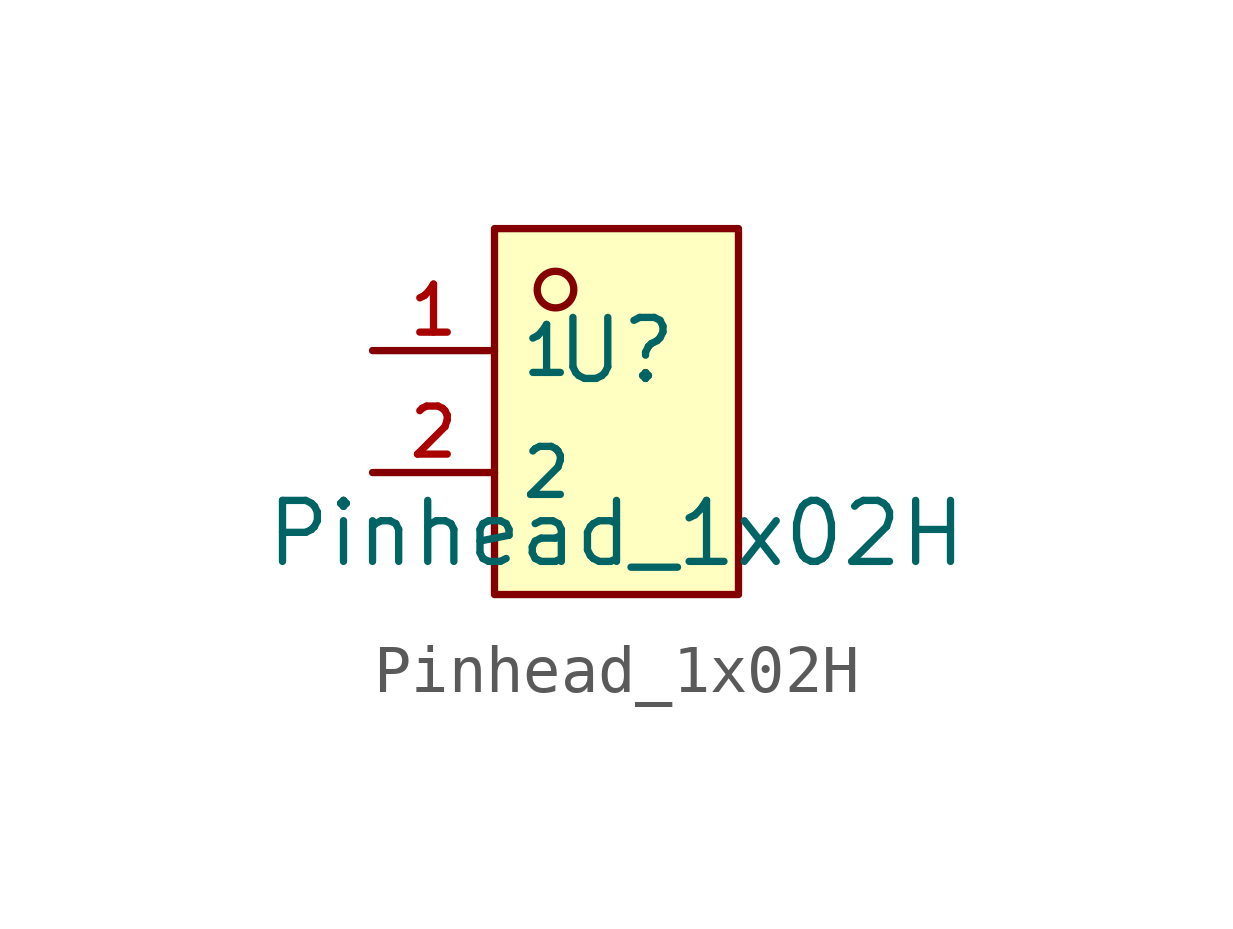
<source format=kicad_sym>
(kicad_symbol_lib
  (version 20231120)
  (generator "kicad_symbol_editor")
  (generator_version "8.0")
  (symbol "Pinhead_1x02H"
    (property "Reference" "U"
      (at 0 1.27 0)
      (effects (font (size 1.27 1.27))))
    (property "Value" "Pinhead_1x02H"
      (at 0 -2.54 0)
      (effects (font (size 1.27 1.27))))
    (symbol "Pinhead_1x02H_0_1"
      (rectangle (start -2.54 3.81) (end 2.54 -3.81) (stroke (width 0) (type default)) (fill (type background)))
      (circle (center -1.27 2.54) (radius 0.381) (stroke (width 0) (type default)) (fill (type background)))
      (pin unspecified line (at -5.08 1.27 0) (length 2.54) (name "1" (effects (font (size 1 1)))) (number "1" (effects (font (size 1 1)))))
      (pin unspecified line (at -5.08 -1.27 0) (length 2.54) (name "2" (effects (font (size 1 1)))) (number "2" (effects (font (size 1 1))))))))
</source>
